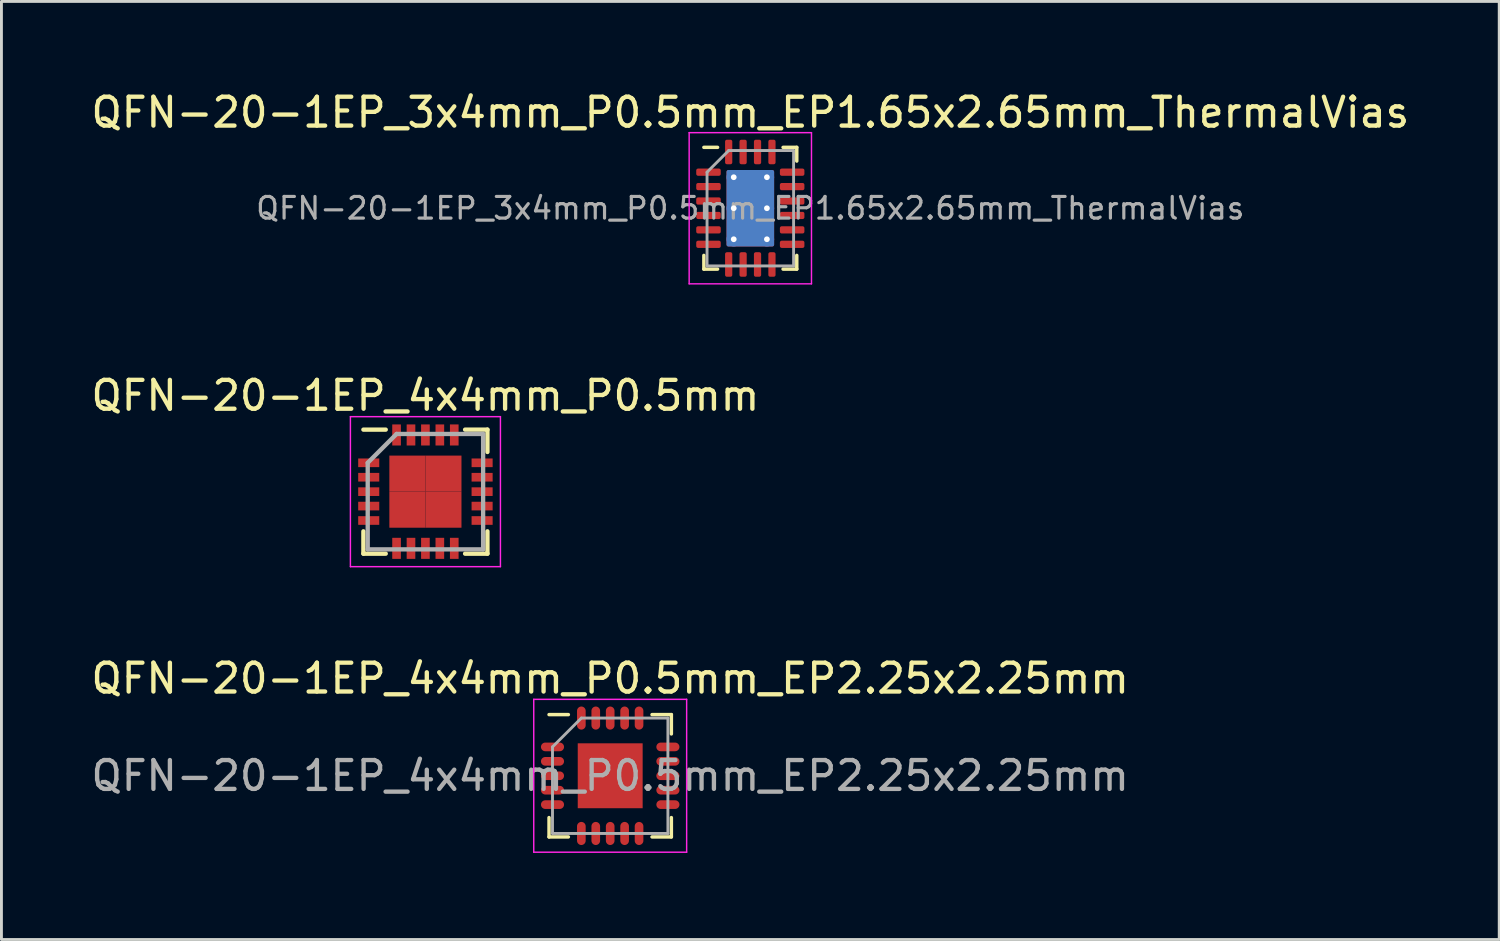
<source format=kicad_pcb>
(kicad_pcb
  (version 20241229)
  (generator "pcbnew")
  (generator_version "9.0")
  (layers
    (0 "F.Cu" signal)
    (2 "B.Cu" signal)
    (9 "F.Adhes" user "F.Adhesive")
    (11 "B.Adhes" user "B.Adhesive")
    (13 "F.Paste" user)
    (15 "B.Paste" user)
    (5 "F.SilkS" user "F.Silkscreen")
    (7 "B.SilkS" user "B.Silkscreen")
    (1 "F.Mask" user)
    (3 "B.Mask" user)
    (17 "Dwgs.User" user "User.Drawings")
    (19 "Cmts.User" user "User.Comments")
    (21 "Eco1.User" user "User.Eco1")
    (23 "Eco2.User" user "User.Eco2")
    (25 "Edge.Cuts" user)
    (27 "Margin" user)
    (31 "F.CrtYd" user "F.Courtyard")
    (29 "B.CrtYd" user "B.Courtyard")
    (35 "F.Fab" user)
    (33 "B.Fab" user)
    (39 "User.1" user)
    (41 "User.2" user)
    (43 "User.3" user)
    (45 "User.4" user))
  (footprint "QFN-20-1EP_3x4mm_P0.5mm_EP1.65x2.65mm_ThermalVias"
    (layer "F.Cu")
    (at 22.958 4.168)
    (property "Reference" "QFN-20-1EP_3x4mm_P0.5mm_EP1.65x2.65mm_ThermalVias" (at 0 -3.32 0) (layer "F.SilkS") (effects (font (size 1 1) (thickness 0.15))))
    (attr smd)
    (fp_line (start -1.61 2.11) (end -1.61 1.635) (stroke (width 0.12) (type solid)) (layer "F.SilkS"))
    (fp_line (start -1.135 -2.11) (end -1.61 -2.11) (stroke (width 0.12) (type solid)) (layer "F.SilkS"))
    (fp_line (start -1.135 2.11) (end -1.61 2.11) (stroke (width 0.12) (type solid)) (layer "F.SilkS"))
    (fp_line (start 1.135 -2.11) (end 1.61 -2.11) (stroke (width 0.12) (type solid)) (layer "F.SilkS"))
    (fp_line (start 1.135 2.11) (end 1.61 2.11) (stroke (width 0.12) (type solid)) (layer "F.SilkS"))
    (fp_line (start 1.61 -2.11) (end 1.61 -1.635) (stroke (width 0.12) (type solid)) (layer "F.SilkS"))
    (fp_line (start 1.61 2.11) (end 1.61 1.635) (stroke (width 0.12) (type solid)) (layer "F.SilkS"))
    (fp_line (start -2.12 -2.62) (end -2.12 2.62) (stroke (width 0.05) (type solid)) (layer "F.CrtYd"))
    (fp_line (start -2.12 2.62) (end 2.12 2.62) (stroke (width 0.05) (type solid)) (layer "F.CrtYd"))
    (fp_line (start 2.12 -2.62) (end -2.12 -2.62) (stroke (width 0.05) (type solid)) (layer "F.CrtYd"))
    (fp_line (start 2.12 2.62) (end 2.12 -2.62) (stroke (width 0.05) (type solid)) (layer "F.CrtYd"))
    (fp_line (start -1.5 -1.25) (end -0.75 -2) (stroke (width 0.1) (type solid)) (layer "F.Fab"))
    (fp_line (start -1.5 2) (end -1.5 -1.25) (stroke (width 0.1) (type solid)) (layer "F.Fab"))
    (fp_line (start -0.75 -2) (end 1.5 -2) (stroke (width 0.1) (type solid)) (layer "F.Fab"))
    (fp_line (start 1.5 -2) (end 1.5 2) (stroke (width 0.1) (type solid)) (layer "F.Fab"))
    (fp_line (start 1.5 2) (end -1.5 2) (stroke (width 0.1) (type solid)) (layer "F.Fab"))
    (fp_text user "${REFERENCE}" (at 0 0 0) (layer "F.Fab") (effects (font (size 0.75 0.75) (thickness 0.11))))
    (pad "" smd roundrect (at -0.41 -0.66) (size 0.71 1.15) (layers "F.Paste") (roundrect_rratio 0.25))
    (pad "" smd roundrect (at -0.41 0.66) (size 0.71 1.15) (layers "F.Paste") (roundrect_rratio 0.25))
    (pad "" smd roundrect (at 0.41 -0.66) (size 0.71 1.15) (layers "F.Paste") (roundrect_rratio 0.25))
    (pad "" smd roundrect (at 0.41 0.66) (size 0.71 1.15) (layers "F.Paste") (roundrect_rratio 0.25))
    (pad "1" smd roundrect (at -1.45 -1.25) (size 0.85 0.25) (layers "F.Cu" "F.Mask" "F.Paste") (roundrect_rratio 0.25))
    (pad "2" smd roundrect (at -1.45 -0.75) (size 0.85 0.25) (layers "F.Cu" "F.Mask" "F.Paste") (roundrect_rratio 0.25))
    (pad "3" smd roundrect (at -1.45 -0.25) (size 0.85 0.25) (layers "F.Cu" "F.Mask" "F.Paste") (roundrect_rratio 0.25))
    (pad "4" smd roundrect (at -1.45 0.25) (size 0.85 0.25) (layers "F.Cu" "F.Mask" "F.Paste") (roundrect_rratio 0.25))
    (pad "5" smd roundrect (at -1.45 0.75) (size 0.85 0.25) (layers "F.Cu" "F.Mask" "F.Paste") (roundrect_rratio 0.25))
    (pad "6" smd roundrect (at -1.45 1.25) (size 0.85 0.25) (layers "F.Cu" "F.Mask" "F.Paste") (roundrect_rratio 0.25))
    (pad "7" smd roundrect (at -0.75 1.95) (size 0.25 0.85) (layers "F.Cu" "F.Mask" "F.Paste") (roundrect_rratio 0.25))
    (pad "8" smd roundrect (at -0.25 1.95) (size 0.25 0.85) (layers "F.Cu" "F.Mask" "F.Paste") (roundrect_rratio 0.25))
    (pad "9" smd roundrect (at 0.25 1.95) (size 0.25 0.85) (layers "F.Cu" "F.Mask" "F.Paste") (roundrect_rratio 0.25))
    (pad "10" smd roundrect (at 0.75 1.95) (size 0.25 0.85) (layers "F.Cu" "F.Mask" "F.Paste") (roundrect_rratio 0.25))
    (pad "11" smd roundrect (at 1.45 1.25) (size 0.85 0.25) (layers "F.Cu" "F.Mask" "F.Paste") (roundrect_rratio 0.25))
    (pad "12" smd roundrect (at 1.45 0.75) (size 0.85 0.25) (layers "F.Cu" "F.Mask" "F.Paste") (roundrect_rratio 0.25))
    (pad "13" smd roundrect (at 1.45 0.25) (size 0.85 0.25) (layers "F.Cu" "F.Mask" "F.Paste") (roundrect_rratio 0.25))
    (pad "14" smd roundrect (at 1.45 -0.25) (size 0.85 0.25) (layers "F.Cu" "F.Mask" "F.Paste") (roundrect_rratio 0.25))
    (pad "15" smd roundrect (at 1.45 -0.75) (size 0.85 0.25) (layers "F.Cu" "F.Mask" "F.Paste") (roundrect_rratio 0.25))
    (pad "16" smd roundrect (at 1.45 -1.25) (size 0.85 0.25) (layers "F.Cu" "F.Mask" "F.Paste") (roundrect_rratio 0.25))
    (pad "17" smd roundrect (at 0.75 -1.95) (size 0.25 0.85) (layers "F.Cu" "F.Mask" "F.Paste") (roundrect_rratio 0.25))
    (pad "18" smd roundrect (at 0.25 -1.95) (size 0.25 0.85) (layers "F.Cu" "F.Mask" "F.Paste") (roundrect_rratio 0.25))
    (pad "19" smd roundrect (at -0.25 -1.95) (size 0.25 0.85) (layers "F.Cu" "F.Mask" "F.Paste") (roundrect_rratio 0.25))
    (pad "20" smd roundrect (at -0.75 -1.95) (size 0.25 0.85) (layers "F.Cu" "F.Mask" "F.Paste") (roundrect_rratio 0.25))
    (pad "21" thru_hole circle (at -0.575 -1.075) (size 0.5 0.5) (drill 0.2) (layers "*.Cu"))
    (pad "21" thru_hole circle (at -0.575 0) (size 0.5 0.5) (drill 0.2) (layers "*.Cu"))
    (pad "21" thru_hole circle (at -0.575 1.075) (size 0.5 0.5) (drill 0.2) (layers "*.Cu"))
    (pad "21" smd roundrect (at 0 0) (size 1.65 2.65) (layers "F.Cu" "F.Mask") (roundrect_rratio 0.038))
    (pad "21" smd roundrect (at 0 0) (size 1.65 2.65) (layers "B.Cu") (roundrect_rratio 0.038))
    (pad "21" thru_hole circle (at 0.575 -1.075) (size 0.5 0.5) (drill 0.2) (layers "*.Cu"))
    (pad "21" thru_hole circle (at 0.575 0) (size 0.5 0.5) (drill 0.2) (layers "*.Cu"))
    (pad "21" thru_hole circle (at 0.575 1.075) (size 0.5 0.5) (drill 0.2) (layers "*.Cu")))
  (footprint "QFN-20-1EP_4x4mm_P0.5mm_EP2.25x2.25mm"
    (layer "F.Cu")
    (at 18.101 23.84)
    (property "Reference" "QFN-20-1EP_4x4mm_P0.5mm_EP2.25x2.25mm" (at 0 -3.375 0) (layer "F.SilkS") (effects (font (size 1 1) (thickness 0.15))))
    (attr smd)
    (fp_line (start -2.12 -2.12) (end -1.45 -2.12) (stroke (width 0.12) (type solid)) (layer "F.SilkS"))
    (fp_line (start -2.12 2.12) (end -2.12 1.45) (stroke (width 0.12) (type solid)) (layer "F.SilkS"))
    (fp_line (start -2.12 2.12) (end -1.45 2.12) (stroke (width 0.12) (type solid)) (layer "F.SilkS"))
    (fp_line (start 2.12 -2.12) (end 1.45 -2.12) (stroke (width 0.12) (type solid)) (layer "F.SilkS"))
    (fp_line (start 2.12 -2.12) (end 2.12 -1.45) (stroke (width 0.12) (type solid)) (layer "F.SilkS"))
    (fp_line (start 2.12 2.12) (end 1.45 2.12) (stroke (width 0.12) (type solid)) (layer "F.SilkS"))
    (fp_line (start 2.12 2.12) (end 2.12 1.45) (stroke (width 0.12) (type solid)) (layer "F.SilkS"))
    (fp_line (start -2.65 -2.65) (end -2.65 2.65) (stroke (width 0.05) (type solid)) (layer "F.CrtYd"))
    (fp_line (start -2.65 -2.65) (end 2.65 -2.65) (stroke (width 0.05) (type solid)) (layer "F.CrtYd"))
    (fp_line (start -2.65 2.65) (end 2.65 2.65) (stroke (width 0.05) (type solid)) (layer "F.CrtYd"))
    (fp_line (start 2.65 -2.65) (end 2.65 2.65) (stroke (width 0.05) (type solid)) (layer "F.CrtYd"))
    (fp_line (start -2 -1) (end -1 -2) (stroke (width 0.1) (type solid)) (layer "F.Fab"))
    (fp_line (start -2 2) (end -2 -1) (stroke (width 0.1) (type solid)) (layer "F.Fab"))
    (fp_line (start -1 -2) (end 2 -2) (stroke (width 0.1) (type solid)) (layer "F.Fab"))
    (fp_line (start 2 -2) (end 2 2) (stroke (width 0.1) (type solid)) (layer "F.Fab"))
    (fp_line (start 2 2) (end -2 2) (stroke (width 0.1) (type solid)) (layer "F.Fab"))
    (fp_text user "${REFERENCE}" (at 0 0 0) (layer "F.Fab") (effects (font (size 1 1) (thickness 0.15))))
    (pad "" smd rect (at -0.55 -0.55) (size 1 1) (layers "F.Paste"))
    (pad "" smd rect (at -0.55 0.55) (size 1 1) (layers "F.Paste"))
    (pad "" smd rect (at 0.55 -0.55) (size 1 1) (layers "F.Paste"))
    (pad "" smd rect (at 0.55 0.55) (size 1 1) (layers "F.Paste"))
    (pad "1" smd oval (at -2 -1) (size 0.8 0.3) (layers "F.Cu" "F.Mask" "F.Paste"))
    (pad "2" smd oval (at -2 -0.5) (size 0.8 0.3) (layers "F.Cu" "F.Mask" "F.Paste"))
    (pad "3" smd oval (at -2 0) (size 0.8 0.3) (layers "F.Cu" "F.Mask" "F.Paste"))
    (pad "4" smd oval (at -2 0.5) (size 0.8 0.3) (layers "F.Cu" "F.Mask" "F.Paste"))
    (pad "5" smd oval (at -2 1) (size 0.8 0.3) (layers "F.Cu" "F.Mask" "F.Paste"))
    (pad "6" smd oval (at -1 2 90) (size 0.8 0.3) (layers "F.Cu" "F.Mask" "F.Paste"))
    (pad "7" smd oval (at -0.5 2 90) (size 0.8 0.3) (layers "F.Cu" "F.Mask" "F.Paste"))
    (pad "8" smd oval (at 0 2 90) (size 0.8 0.3) (layers "F.Cu" "F.Mask" "F.Paste"))
    (pad "9" smd oval (at 0.5 2 90) (size 0.8 0.3) (layers "F.Cu" "F.Mask" "F.Paste"))
    (pad "10" smd oval (at 1 2 90) (size 0.8 0.3) (layers "F.Cu" "F.Mask" "F.Paste"))
    (pad "11" smd oval (at 2 1) (size 0.8 0.3) (layers "F.Cu" "F.Mask" "F.Paste"))
    (pad "12" smd oval (at 2 0.5) (size 0.8 0.3) (layers "F.Cu" "F.Mask" "F.Paste"))
    (pad "13" smd oval (at 2 0) (size 0.8 0.3) (layers "F.Cu" "F.Mask" "F.Paste"))
    (pad "14" smd oval (at 2 -0.5) (size 0.8 0.3) (layers "F.Cu" "F.Mask" "F.Paste"))
    (pad "15" smd oval (at 2 -1) (size 0.8 0.3) (layers "F.Cu" "F.Mask" "F.Paste"))
    (pad "16" smd oval (at 1 -2 90) (size 0.8 0.3) (layers "F.Cu" "F.Mask" "F.Paste"))
    (pad "17" smd oval (at 0.5 -2 90) (size 0.8 0.3) (layers "F.Cu" "F.Mask" "F.Paste"))
    (pad "18" smd oval (at 0 -2 90) (size 0.8 0.3) (layers "F.Cu" "F.Mask" "F.Paste"))
    (pad "19" smd oval (at -0.5 -2 90) (size 0.8 0.3) (layers "F.Cu" "F.Mask" "F.Paste"))
    (pad "20" smd oval (at -1 -2 90) (size 0.8 0.3) (layers "F.Cu" "F.Mask" "F.Paste"))
    (pad "21" smd rect (at 0 0) (size 2.25 2.25) (layers "F.Cu" "F.Mask")))
  (footprint "QFN-20-1EP_4x4mm_P0.5mm"
    (layer "F.Cu")
    (at 11.696 13.992)
    (property "Reference" "QFN-20-1EP_4x4mm_P0.5mm" (at 0 -3.33 0) (layer "F.SilkS") (effects (font (size 1 1) (thickness 0.15))))
    (attr smd)
    (fp_line (start -2.15 -2.15) (end -1.375 -2.15) (stroke (width 0.15) (type solid)) (layer "F.SilkS"))
    (fp_line (start -2.15 2.15) (end -2.15 1.375) (stroke (width 0.15) (type solid)) (layer "F.SilkS"))
    (fp_line (start -2.15 2.15) (end -1.375 2.15) (stroke (width 0.15) (type solid)) (layer "F.SilkS"))
    (fp_line (start 2.15 -2.15) (end 1.375 -2.15) (stroke (width 0.15) (type solid)) (layer "F.SilkS"))
    (fp_line (start 2.15 -2.15) (end 2.15 -1.375) (stroke (width 0.15) (type solid)) (layer "F.SilkS"))
    (fp_line (start 2.15 2.15) (end 1.375 2.15) (stroke (width 0.15) (type solid)) (layer "F.SilkS"))
    (fp_line (start 2.15 2.15) (end 2.15 1.375) (stroke (width 0.15) (type solid)) (layer "F.SilkS"))
    (fp_line (start -2.6 -2.6) (end -2.6 2.6) (stroke (width 0.05) (type solid)) (layer "F.CrtYd"))
    (fp_line (start -2.6 -2.6) (end 2.6 -2.6) (stroke (width 0.05) (type solid)) (layer "F.CrtYd"))
    (fp_line (start -2.6 2.6) (end 2.6 2.6) (stroke (width 0.05) (type solid)) (layer "F.CrtYd"))
    (fp_line (start 2.6 -2.6) (end 2.6 2.6) (stroke (width 0.05) (type solid)) (layer "F.CrtYd"))
    (fp_line (start -2 -1) (end -1 -2) (stroke (width 0.15) (type solid)) (layer "F.Fab"))
    (fp_line (start -2 2) (end -2 -1) (stroke (width 0.15) (type solid)) (layer "F.Fab"))
    (fp_line (start -1 -2) (end 2 -2) (stroke (width 0.15) (type solid)) (layer "F.Fab"))
    (fp_line (start 2 -2) (end 2 2) (stroke (width 0.15) (type solid)) (layer "F.Fab"))
    (fp_line (start 2 2) (end -2 2) (stroke (width 0.15) (type solid)) (layer "F.Fab"))
    (pad "1" smd rect (at -1.965 -1) (size 0.73 0.3) (layers "F.Cu" "F.Mask" "F.Paste"))
    (pad "2" smd rect (at -1.965 -0.5) (size 0.73 0.3) (layers "F.Cu" "F.Mask" "F.Paste"))
    (pad "3" smd rect (at -1.965 0) (size 0.73 0.3) (layers "F.Cu" "F.Mask" "F.Paste"))
    (pad "4" smd rect (at -1.965 0.5) (size 0.73 0.3) (layers "F.Cu" "F.Mask" "F.Paste"))
    (pad "5" smd rect (at -1.965 1) (size 0.73 0.3) (layers "F.Cu" "F.Mask" "F.Paste"))
    (pad "6" smd rect (at -1 1.965 90) (size 0.73 0.3) (layers "F.Cu" "F.Mask" "F.Paste"))
    (pad "7" smd rect (at -0.5 1.965 90) (size 0.73 0.3) (layers "F.Cu" "F.Mask" "F.Paste"))
    (pad "8" smd rect (at 0 1.965 90) (size 0.73 0.3) (layers "F.Cu" "F.Mask" "F.Paste"))
    (pad "9" smd rect (at 0.5 1.965 90) (size 0.73 0.3) (layers "F.Cu" "F.Mask" "F.Paste"))
    (pad "10" smd rect (at 1 1.965 90) (size 0.73 0.3) (layers "F.Cu" "F.Mask" "F.Paste"))
    (pad "11" smd rect (at 1.965 1) (size 0.73 0.3) (layers "F.Cu" "F.Mask" "F.Paste"))
    (pad "12" smd rect (at 1.965 0.5) (size 0.73 0.3) (layers "F.Cu" "F.Mask" "F.Paste"))
    (pad "13" smd rect (at 1.965 0) (size 0.73 0.3) (layers "F.Cu" "F.Mask" "F.Paste"))
    (pad "14" smd rect (at 1.965 -0.5) (size 0.73 0.3) (layers "F.Cu" "F.Mask" "F.Paste"))
    (pad "15" smd rect (at 1.965 -1) (size 0.73 0.3) (layers "F.Cu" "F.Mask" "F.Paste"))
    (pad "16" smd rect (at 1 -1.965 90) (size 0.73 0.3) (layers "F.Cu" "F.Mask" "F.Paste"))
    (pad "17" smd rect (at 0.5 -1.965 90) (size 0.73 0.3) (layers "F.Cu" "F.Mask" "F.Paste"))
    (pad "18" smd rect (at 0 -1.965 90) (size 0.73 0.3) (layers "F.Cu" "F.Mask" "F.Paste"))
    (pad "19" smd rect (at -0.5 -1.965 90) (size 0.73 0.3) (layers "F.Cu" "F.Mask" "F.Paste"))
    (pad "20" smd rect (at -1 -1.965 90) (size 0.73 0.3) (layers "F.Cu" "F.Mask" "F.Paste"))
    (pad "21" smd rect (at -0.625 -0.625) (size 1.25 1.25) (layers "F.Cu" "F.Mask" "F.Paste"))
    (pad "21" smd rect (at -0.625 0.625) (size 1.25 1.25) (layers "F.Cu" "F.Mask" "F.Paste"))
    (pad "21" smd rect (at 0.625 -0.625) (size 1.25 1.25) (layers "F.Cu" "F.Mask" "F.Paste"))
    (pad "21" smd rect (at 0.625 0.625) (size 1.25 1.25) (layers "F.Cu" "F.Mask" "F.Paste")))
  (gr_rect
    (start -3 -3)
    (end 48.917 29.515)
    (stroke (width 0.1) (type default))
    (fill no)
    (layer "Edge.Cuts")))
</source>
